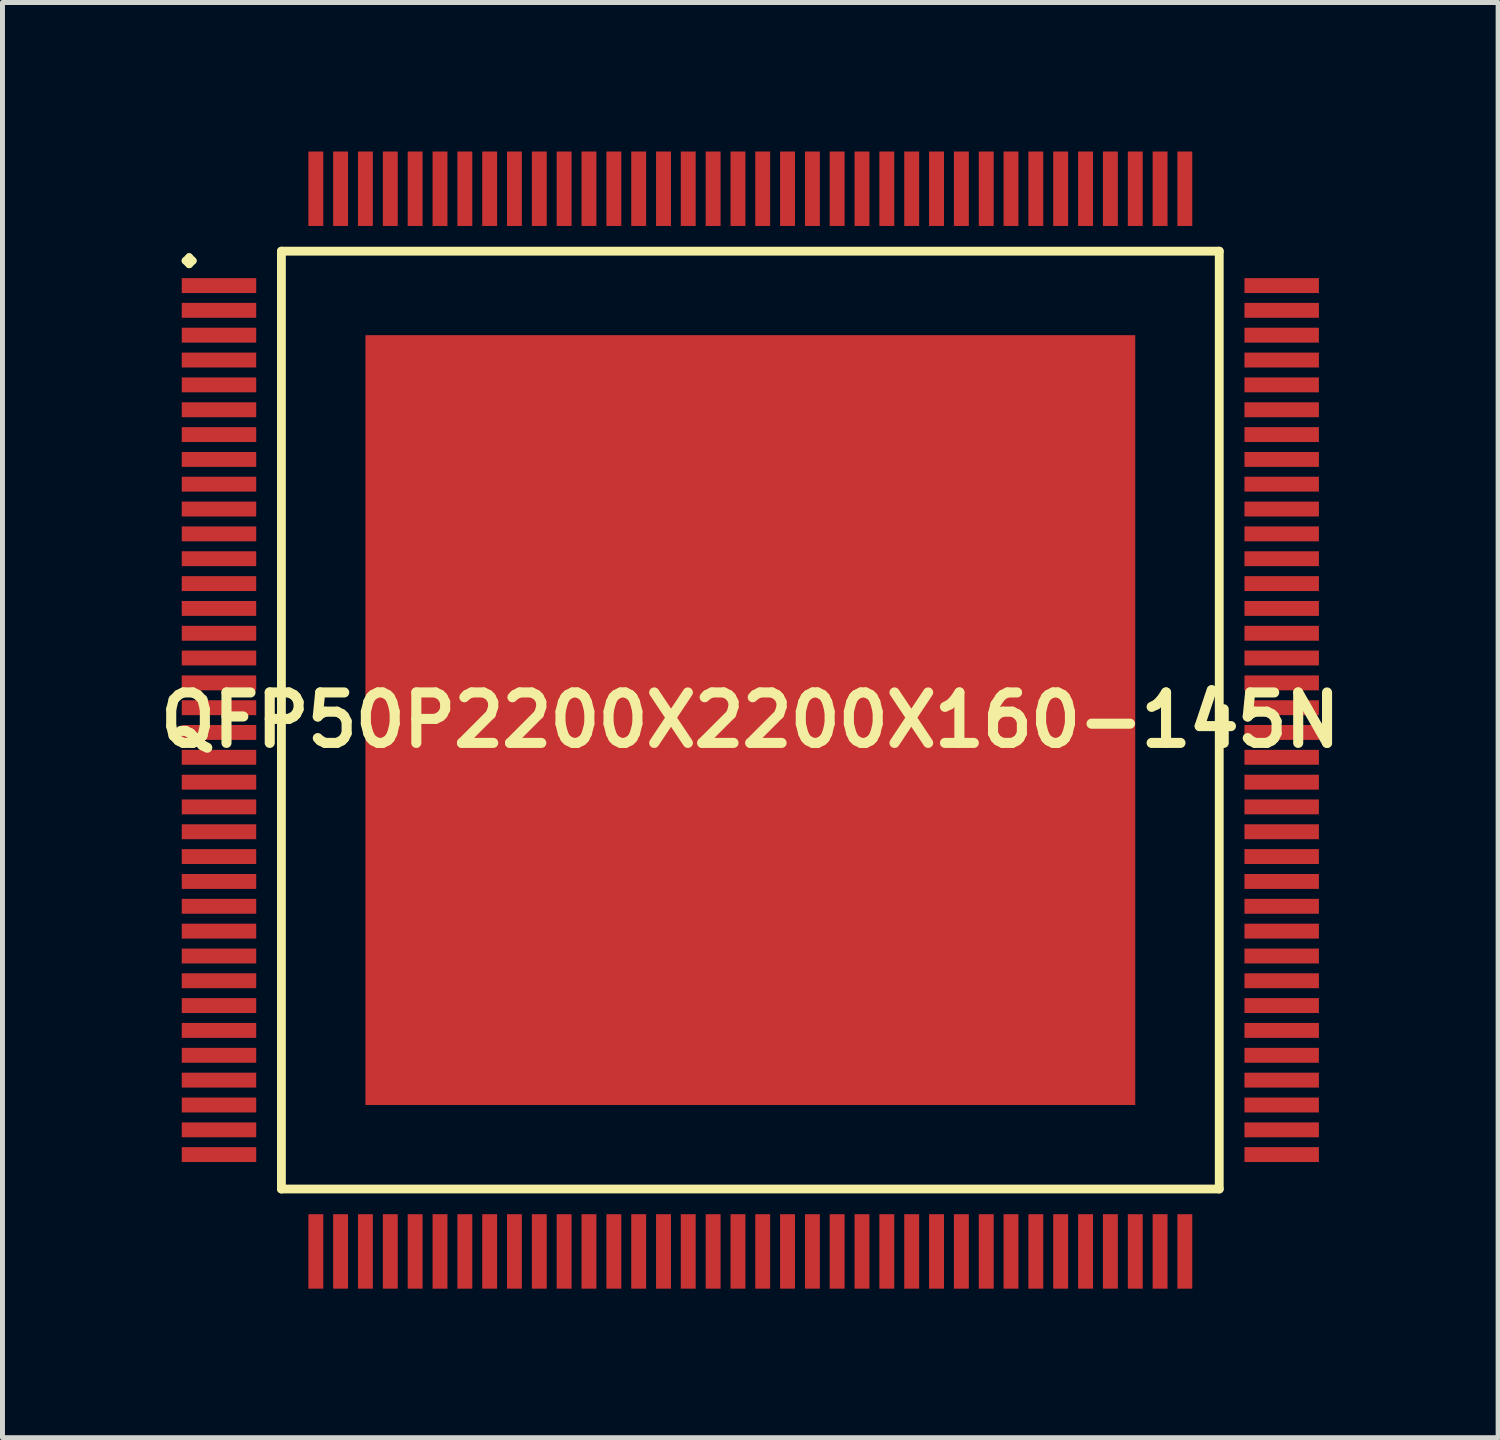
<source format=kicad_pcb>
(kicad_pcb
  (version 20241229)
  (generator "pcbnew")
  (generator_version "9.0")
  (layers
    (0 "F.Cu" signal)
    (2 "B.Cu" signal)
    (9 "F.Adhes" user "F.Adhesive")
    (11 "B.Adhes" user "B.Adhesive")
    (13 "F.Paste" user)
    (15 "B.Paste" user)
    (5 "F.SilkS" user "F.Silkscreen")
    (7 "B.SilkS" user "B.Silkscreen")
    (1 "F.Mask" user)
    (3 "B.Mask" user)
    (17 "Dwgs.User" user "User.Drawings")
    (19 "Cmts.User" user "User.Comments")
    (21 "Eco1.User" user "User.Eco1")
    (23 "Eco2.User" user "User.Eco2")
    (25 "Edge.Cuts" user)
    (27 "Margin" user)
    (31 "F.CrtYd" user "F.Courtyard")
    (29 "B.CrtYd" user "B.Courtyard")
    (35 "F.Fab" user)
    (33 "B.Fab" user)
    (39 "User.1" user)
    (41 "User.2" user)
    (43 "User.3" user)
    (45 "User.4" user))
  (footprint "QFP50P2200X2200X160-145N"
    (layer "F.Cu")
    (at 12.057 11.448)
    (property "Reference" "QFP50P2200X2200X160-145N" (at 0 0 0) (layer "F.SilkS") (effects (font (size 1.016 1.016) (thickness 0.203))))
    (attr smd)
    (fp_line (start -11.374 -9.248) (end -11.298 -9.324) (stroke (width 0.15) (type solid)) (layer "F.SilkS"))
    (fp_line (start -11.298 -9.324) (end -11.224 -9.248) (stroke (width 0.15) (type solid)) (layer "F.SilkS"))
    (fp_line (start -11.298 -9.174) (end -11.374 -9.248) (stroke (width 0.15) (type solid)) (layer "F.SilkS"))
    (fp_line (start -11.224 -9.248) (end -11.298 -9.174) (stroke (width 0.15) (type solid)) (layer "F.SilkS"))
    (fp_line (start -9.441 -9.441) (end -9.441 9.441) (stroke (width 0.178) (type solid)) (layer "F.SilkS"))
    (fp_line (start -9.441 9.441) (end 9.441 9.441) (stroke (width 0.178) (type solid)) (layer "F.SilkS"))
    (fp_line (start 9.441 -9.441) (end -9.441 -9.441) (stroke (width 0.178) (type solid)) (layer "F.SilkS"))
    (fp_line (start 9.441 9.441) (end 9.441 -9.441) (stroke (width 0.178) (type solid)) (layer "F.SilkS"))
    (pad "1" smd rect (at -10.698 -8.748) (size 1.499 0.3) (layers "F.Cu" "F.Mask" "F.Paste"))
    (pad "2" smd rect (at -10.698 -8.25) (size 1.499 0.3) (layers "F.Cu" "F.Mask" "F.Paste"))
    (pad "3" smd rect (at -10.698 -7.75) (size 1.499 0.3) (layers "F.Cu" "F.Mask" "F.Paste"))
    (pad "4" smd rect (at -10.698 -7.249) (size 1.499 0.3) (layers "F.Cu" "F.Mask" "F.Paste"))
    (pad "5" smd rect (at -10.698 -6.749) (size 1.499 0.3) (layers "F.Cu" "F.Mask" "F.Paste"))
    (pad "6" smd rect (at -10.698 -6.248) (size 1.499 0.3) (layers "F.Cu" "F.Mask" "F.Paste"))
    (pad "7" smd rect (at -10.698 -5.748) (size 1.499 0.3) (layers "F.Cu" "F.Mask" "F.Paste"))
    (pad "8" smd rect (at -10.698 -5.248) (size 1.499 0.3) (layers "F.Cu" "F.Mask" "F.Paste"))
    (pad "9" smd rect (at -10.698 -4.75) (size 1.499 0.3) (layers "F.Cu" "F.Mask" "F.Paste"))
    (pad "10" smd rect (at -10.698 -4.249) (size 1.499 0.3) (layers "F.Cu" "F.Mask" "F.Paste"))
    (pad "11" smd rect (at -10.698 -3.749) (size 1.499 0.3) (layers "F.Cu" "F.Mask" "F.Paste"))
    (pad "12" smd rect (at -10.698 -3.249) (size 1.499 0.3) (layers "F.Cu" "F.Mask" "F.Paste"))
    (pad "13" smd rect (at -10.698 -2.748) (size 1.499 0.3) (layers "F.Cu" "F.Mask" "F.Paste"))
    (pad "14" smd rect (at -10.698 -2.248) (size 1.499 0.3) (layers "F.Cu" "F.Mask" "F.Paste"))
    (pad "15" smd rect (at -10.698 -1.748) (size 1.499 0.3) (layers "F.Cu" "F.Mask" "F.Paste"))
    (pad "16" smd rect (at -10.698 -1.25) (size 1.499 0.3) (layers "F.Cu" "F.Mask" "F.Paste"))
    (pad "17" smd rect (at -10.698 -0.749) (size 1.499 0.3) (layers "F.Cu" "F.Mask" "F.Paste"))
    (pad "18" smd rect (at -10.698 -0.249) (size 1.499 0.3) (layers "F.Cu" "F.Mask" "F.Paste"))
    (pad "19" smd rect (at -10.698 0.249) (size 1.499 0.3) (layers "F.Cu" "F.Mask" "F.Paste"))
    (pad "20" smd rect (at -10.698 0.749) (size 1.499 0.3) (layers "F.Cu" "F.Mask" "F.Paste"))
    (pad "21" smd rect (at -10.698 1.25) (size 1.499 0.3) (layers "F.Cu" "F.Mask" "F.Paste"))
    (pad "22" smd rect (at -10.698 1.748) (size 1.499 0.3) (layers "F.Cu" "F.Mask" "F.Paste"))
    (pad "23" smd rect (at -10.698 2.248) (size 1.499 0.3) (layers "F.Cu" "F.Mask" "F.Paste"))
    (pad "24" smd rect (at -10.698 2.748) (size 1.499 0.3) (layers "F.Cu" "F.Mask" "F.Paste"))
    (pad "25" smd rect (at -10.698 3.249) (size 1.499 0.3) (layers "F.Cu" "F.Mask" "F.Paste"))
    (pad "26" smd rect (at -10.698 3.749) (size 1.499 0.3) (layers "F.Cu" "F.Mask" "F.Paste"))
    (pad "27" smd rect (at -10.698 4.249) (size 1.499 0.3) (layers "F.Cu" "F.Mask" "F.Paste"))
    (pad "28" smd rect (at -10.698 4.75) (size 1.499 0.3) (layers "F.Cu" "F.Mask" "F.Paste"))
    (pad "29" smd rect (at -10.698 5.248) (size 1.499 0.3) (layers "F.Cu" "F.Mask" "F.Paste"))
    (pad "30" smd rect (at -10.698 5.748) (size 1.499 0.3) (layers "F.Cu" "F.Mask" "F.Paste"))
    (pad "31" smd rect (at -10.698 6.248) (size 1.499 0.3) (layers "F.Cu" "F.Mask" "F.Paste"))
    (pad "32" smd rect (at -10.698 6.749) (size 1.499 0.3) (layers "F.Cu" "F.Mask" "F.Paste"))
    (pad "33" smd rect (at -10.698 7.249) (size 1.499 0.3) (layers "F.Cu" "F.Mask" "F.Paste"))
    (pad "34" smd rect (at -10.698 7.75) (size 1.499 0.3) (layers "F.Cu" "F.Mask" "F.Paste"))
    (pad "35" smd rect (at -10.698 8.25) (size 1.499 0.3) (layers "F.Cu" "F.Mask" "F.Paste"))
    (pad "36" smd rect (at -10.698 8.748) (size 1.499 0.3) (layers "F.Cu" "F.Mask" "F.Paste"))
    (pad "37" smd rect (at -8.748 10.698) (size 0.3 1.499) (layers "F.Cu" "F.Mask" "F.Paste"))
    (pad "38" smd rect (at -8.25 10.698) (size 0.3 1.499) (layers "F.Cu" "F.Mask" "F.Paste"))
    (pad "39" smd rect (at -7.75 10.698) (size 0.3 1.499) (layers "F.Cu" "F.Mask" "F.Paste"))
    (pad "40" smd rect (at -7.249 10.698) (size 0.3 1.499) (layers "F.Cu" "F.Mask" "F.Paste"))
    (pad "41" smd rect (at -6.749 10.698) (size 0.3 1.499) (layers "F.Cu" "F.Mask" "F.Paste"))
    (pad "42" smd rect (at -6.248 10.698) (size 0.3 1.499) (layers "F.Cu" "F.Mask" "F.Paste"))
    (pad "43" smd rect (at -5.748 10.698) (size 0.3 1.499) (layers "F.Cu" "F.Mask" "F.Paste"))
    (pad "44" smd rect (at -5.248 10.698) (size 0.3 1.499) (layers "F.Cu" "F.Mask" "F.Paste"))
    (pad "45" smd rect (at -4.75 10.698) (size 0.3 1.499) (layers "F.Cu" "F.Mask" "F.Paste"))
    (pad "46" smd rect (at -4.249 10.698) (size 0.3 1.499) (layers "F.Cu" "F.Mask" "F.Paste"))
    (pad "47" smd rect (at -3.749 10.698) (size 0.3 1.499) (layers "F.Cu" "F.Mask" "F.Paste"))
    (pad "48" smd rect (at -3.249 10.698) (size 0.3 1.499) (layers "F.Cu" "F.Mask" "F.Paste"))
    (pad "49" smd rect (at -2.748 10.698) (size 0.3 1.499) (layers "F.Cu" "F.Mask" "F.Paste"))
    (pad "50" smd rect (at -2.248 10.698) (size 0.3 1.499) (layers "F.Cu" "F.Mask" "F.Paste"))
    (pad "51" smd rect (at -1.748 10.698) (size 0.3 1.499) (layers "F.Cu" "F.Mask" "F.Paste"))
    (pad "52" smd rect (at -1.25 10.698) (size 0.3 1.499) (layers "F.Cu" "F.Mask" "F.Paste"))
    (pad "53" smd rect (at -0.749 10.698) (size 0.3 1.499) (layers "F.Cu" "F.Mask" "F.Paste"))
    (pad "54" smd rect (at -0.249 10.698) (size 0.3 1.499) (layers "F.Cu" "F.Mask" "F.Paste"))
    (pad "55" smd rect (at 0.249 10.698) (size 0.3 1.499) (layers "F.Cu" "F.Mask" "F.Paste"))
    (pad "56" smd rect (at 0.749 10.698) (size 0.3 1.499) (layers "F.Cu" "F.Mask" "F.Paste"))
    (pad "57" smd rect (at 1.25 10.698) (size 0.3 1.499) (layers "F.Cu" "F.Mask" "F.Paste"))
    (pad "58" smd rect (at 1.748 10.698) (size 0.3 1.499) (layers "F.Cu" "F.Mask" "F.Paste"))
    (pad "59" smd rect (at 2.248 10.698) (size 0.3 1.499) (layers "F.Cu" "F.Mask" "F.Paste"))
    (pad "60" smd rect (at 2.748 10.698) (size 0.3 1.499) (layers "F.Cu" "F.Mask" "F.Paste"))
    (pad "61" smd rect (at 3.249 10.698) (size 0.3 1.499) (layers "F.Cu" "F.Mask" "F.Paste"))
    (pad "62" smd rect (at 3.749 10.698) (size 0.3 1.499) (layers "F.Cu" "F.Mask" "F.Paste"))
    (pad "63" smd rect (at 4.249 10.698) (size 0.3 1.499) (layers "F.Cu" "F.Mask" "F.Paste"))
    (pad "64" smd rect (at 4.75 10.698) (size 0.3 1.499) (layers "F.Cu" "F.Mask" "F.Paste"))
    (pad "65" smd rect (at 5.248 10.698) (size 0.3 1.499) (layers "F.Cu" "F.Mask" "F.Paste"))
    (pad "66" smd rect (at 5.748 10.698) (size 0.3 1.499) (layers "F.Cu" "F.Mask" "F.Paste"))
    (pad "67" smd rect (at 6.248 10.698) (size 0.3 1.499) (layers "F.Cu" "F.Mask" "F.Paste"))
    (pad "68" smd rect (at 6.749 10.698) (size 0.3 1.499) (layers "F.Cu" "F.Mask" "F.Paste"))
    (pad "69" smd rect (at 7.249 10.698) (size 0.3 1.499) (layers "F.Cu" "F.Mask" "F.Paste"))
    (pad "70" smd rect (at 7.75 10.698) (size 0.3 1.499) (layers "F.Cu" "F.Mask" "F.Paste"))
    (pad "71" smd rect (at 8.25 10.698) (size 0.3 1.499) (layers "F.Cu" "F.Mask" "F.Paste"))
    (pad "72" smd rect (at 8.748 10.698) (size 0.3 1.499) (layers "F.Cu" "F.Mask" "F.Paste"))
    (pad "73" smd rect (at 10.698 8.748) (size 1.499 0.3) (layers "F.Cu" "F.Mask" "F.Paste"))
    (pad "74" smd rect (at 10.698 8.25) (size 1.499 0.3) (layers "F.Cu" "F.Mask" "F.Paste"))
    (pad "75" smd rect (at 10.698 7.75) (size 1.499 0.3) (layers "F.Cu" "F.Mask" "F.Paste"))
    (pad "76" smd rect (at 10.698 7.249) (size 1.499 0.3) (layers "F.Cu" "F.Mask" "F.Paste"))
    (pad "77" smd rect (at 10.698 6.749) (size 1.499 0.3) (layers "F.Cu" "F.Mask" "F.Paste"))
    (pad "78" smd rect (at 10.698 6.248) (size 1.499 0.3) (layers "F.Cu" "F.Mask" "F.Paste"))
    (pad "79" smd rect (at 10.698 5.748) (size 1.499 0.3) (layers "F.Cu" "F.Mask" "F.Paste"))
    (pad "80" smd rect (at 10.698 5.248) (size 1.499 0.3) (layers "F.Cu" "F.Mask" "F.Paste"))
    (pad "81" smd rect (at 10.698 4.75) (size 1.499 0.3) (layers "F.Cu" "F.Mask" "F.Paste"))
    (pad "82" smd rect (at 10.698 4.249) (size 1.499 0.3) (layers "F.Cu" "F.Mask" "F.Paste"))
    (pad "83" smd rect (at 10.698 3.749) (size 1.499 0.3) (layers "F.Cu" "F.Mask" "F.Paste"))
    (pad "84" smd rect (at 10.698 3.249) (size 1.499 0.3) (layers "F.Cu" "F.Mask" "F.Paste"))
    (pad "85" smd rect (at 10.698 2.748) (size 1.499 0.3) (layers "F.Cu" "F.Mask" "F.Paste"))
    (pad "86" smd rect (at 10.698 2.248) (size 1.499 0.3) (layers "F.Cu" "F.Mask" "F.Paste"))
    (pad "87" smd rect (at 10.698 1.748) (size 1.499 0.3) (layers "F.Cu" "F.Mask" "F.Paste"))
    (pad "88" smd rect (at 10.698 1.25) (size 1.499 0.3) (layers "F.Cu" "F.Mask" "F.Paste"))
    (pad "89" smd rect (at 10.698 0.749) (size 1.499 0.3) (layers "F.Cu" "F.Mask" "F.Paste"))
    (pad "90" smd rect (at 10.698 0.249) (size 1.499 0.3) (layers "F.Cu" "F.Mask" "F.Paste"))
    (pad "91" smd rect (at 10.698 -0.249) (size 1.499 0.3) (layers "F.Cu" "F.Mask" "F.Paste"))
    (pad "92" smd rect (at 10.698 -0.749) (size 1.499 0.3) (layers "F.Cu" "F.Mask" "F.Paste"))
    (pad "93" smd rect (at 10.698 -1.25) (size 1.499 0.3) (layers "F.Cu" "F.Mask" "F.Paste"))
    (pad "94" smd rect (at 10.698 -1.748) (size 1.499 0.3) (layers "F.Cu" "F.Mask" "F.Paste"))
    (pad "95" smd rect (at 10.698 -2.248) (size 1.499 0.3) (layers "F.Cu" "F.Mask" "F.Paste"))
    (pad "96" smd rect (at 10.698 -2.748) (size 1.499 0.3) (layers "F.Cu" "F.Mask" "F.Paste"))
    (pad "97" smd rect (at 10.698 -3.249) (size 1.499 0.3) (layers "F.Cu" "F.Mask" "F.Paste"))
    (pad "98" smd rect (at 10.698 -3.749) (size 1.499 0.3) (layers "F.Cu" "F.Mask" "F.Paste"))
    (pad "99" smd rect (at 10.698 -4.249) (size 1.499 0.3) (layers "F.Cu" "F.Mask" "F.Paste"))
    (pad "100" smd rect (at 10.698 -4.75) (size 1.499 0.3) (layers "F.Cu" "F.Mask" "F.Paste"))
    (pad "101" smd rect (at 10.698 -5.248) (size 1.499 0.3) (layers "F.Cu" "F.Mask" "F.Paste"))
    (pad "102" smd rect (at 10.698 -5.748) (size 1.499 0.3) (layers "F.Cu" "F.Mask" "F.Paste"))
    (pad "103" smd rect (at 10.698 -6.248) (size 1.499 0.3) (layers "F.Cu" "F.Mask" "F.Paste"))
    (pad "104" smd rect (at 10.698 -6.749) (size 1.499 0.3) (layers "F.Cu" "F.Mask" "F.Paste"))
    (pad "105" smd rect (at 10.698 -7.249) (size 1.499 0.3) (layers "F.Cu" "F.Mask" "F.Paste"))
    (pad "106" smd rect (at 10.698 -7.75) (size 1.499 0.3) (layers "F.Cu" "F.Mask" "F.Paste"))
    (pad "107" smd rect (at 10.698 -8.25) (size 1.499 0.3) (layers "F.Cu" "F.Mask" "F.Paste"))
    (pad "108" smd rect (at 10.698 -8.748) (size 1.499 0.3) (layers "F.Cu" "F.Mask" "F.Paste"))
    (pad "109" smd rect (at 8.748 -10.698) (size 0.3 1.499) (layers "F.Cu" "F.Mask" "F.Paste"))
    (pad "110" smd rect (at 8.25 -10.698) (size 0.3 1.499) (layers "F.Cu" "F.Mask" "F.Paste"))
    (pad "111" smd rect (at 7.75 -10.698) (size 0.3 1.499) (layers "F.Cu" "F.Mask" "F.Paste"))
    (pad "112" smd rect (at 7.249 -10.698) (size 0.3 1.499) (layers "F.Cu" "F.Mask" "F.Paste"))
    (pad "113" smd rect (at 6.749 -10.698) (size 0.3 1.499) (layers "F.Cu" "F.Mask" "F.Paste"))
    (pad "114" smd rect (at 6.248 -10.698) (size 0.3 1.499) (layers "F.Cu" "F.Mask" "F.Paste"))
    (pad "115" smd rect (at 5.748 -10.698) (size 0.3 1.499) (layers "F.Cu" "F.Mask" "F.Paste"))
    (pad "116" smd rect (at 5.248 -10.698) (size 0.3 1.499) (layers "F.Cu" "F.Mask" "F.Paste"))
    (pad "117" smd rect (at 4.75 -10.698) (size 0.3 1.499) (layers "F.Cu" "F.Mask" "F.Paste"))
    (pad "118" smd rect (at 4.249 -10.698) (size 0.3 1.499) (layers "F.Cu" "F.Mask" "F.Paste"))
    (pad "119" smd rect (at 3.749 -10.698) (size 0.3 1.499) (layers "F.Cu" "F.Mask" "F.Paste"))
    (pad "120" smd rect (at 3.249 -10.698) (size 0.3 1.499) (layers "F.Cu" "F.Mask" "F.Paste"))
    (pad "121" smd rect (at 2.748 -10.698) (size 0.3 1.499) (layers "F.Cu" "F.Mask" "F.Paste"))
    (pad "122" smd rect (at 2.248 -10.698) (size 0.3 1.499) (layers "F.Cu" "F.Mask" "F.Paste"))
    (pad "123" smd rect (at 1.748 -10.698) (size 0.3 1.499) (layers "F.Cu" "F.Mask" "F.Paste"))
    (pad "124" smd rect (at 1.25 -10.698) (size 0.3 1.499) (layers "F.Cu" "F.Mask" "F.Paste"))
    (pad "125" smd rect (at 0.749 -10.698) (size 0.3 1.499) (layers "F.Cu" "F.Mask" "F.Paste"))
    (pad "126" smd rect (at 0.249 -10.698) (size 0.3 1.499) (layers "F.Cu" "F.Mask" "F.Paste"))
    (pad "127" smd rect (at -0.249 -10.698) (size 0.3 1.499) (layers "F.Cu" "F.Mask" "F.Paste"))
    (pad "128" smd rect (at -0.749 -10.698) (size 0.3 1.499) (layers "F.Cu" "F.Mask" "F.Paste"))
    (pad "129" smd rect (at -1.25 -10.698) (size 0.3 1.499) (layers "F.Cu" "F.Mask" "F.Paste"))
    (pad "130" smd rect (at -1.748 -10.698) (size 0.3 1.499) (layers "F.Cu" "F.Mask" "F.Paste"))
    (pad "131" smd rect (at -2.248 -10.698) (size 0.3 1.499) (layers "F.Cu" "F.Mask" "F.Paste"))
    (pad "132" smd rect (at -2.748 -10.698) (size 0.3 1.499) (layers "F.Cu" "F.Mask" "F.Paste"))
    (pad "133" smd rect (at -3.249 -10.698) (size 0.3 1.499) (layers "F.Cu" "F.Mask" "F.Paste"))
    (pad "134" smd rect (at -3.749 -10.698) (size 0.3 1.499) (layers "F.Cu" "F.Mask" "F.Paste"))
    (pad "135" smd rect (at -4.249 -10.698) (size 0.3 1.499) (layers "F.Cu" "F.Mask" "F.Paste"))
    (pad "136" smd rect (at -4.75 -10.698) (size 0.3 1.499) (layers "F.Cu" "F.Mask" "F.Paste"))
    (pad "137" smd rect (at -5.248 -10.698) (size 0.3 1.499) (layers "F.Cu" "F.Mask" "F.Paste"))
    (pad "138" smd rect (at -5.748 -10.698) (size 0.3 1.499) (layers "F.Cu" "F.Mask" "F.Paste"))
    (pad "139" smd rect (at -6.248 -10.698) (size 0.3 1.499) (layers "F.Cu" "F.Mask" "F.Paste"))
    (pad "140" smd rect (at -6.749 -10.698) (size 0.3 1.499) (layers "F.Cu" "F.Mask" "F.Paste"))
    (pad "141" smd rect (at -7.249 -10.698) (size 0.3 1.499) (layers "F.Cu" "F.Mask" "F.Paste"))
    (pad "142" smd rect (at -7.75 -10.698) (size 0.3 1.499) (layers "F.Cu" "F.Mask" "F.Paste"))
    (pad "143" smd rect (at -8.25 -10.698) (size 0.3 1.499) (layers "F.Cu" "F.Mask" "F.Paste"))
    (pad "144" smd rect (at -8.748 -10.698) (size 0.3 1.499) (layers "F.Cu" "F.Mask" "F.Paste"))
    (pad "145" smd rect (at 0 0) (size 15.499 15.499) (layers "F.Cu" "F.Mask" "F.Paste")))
  (gr_rect
    (start -3 -3)
    (end 27.113 25.896)
    (stroke (width 0.1) (type default))
    (fill no)
    (layer "Edge.Cuts")))
</source>
